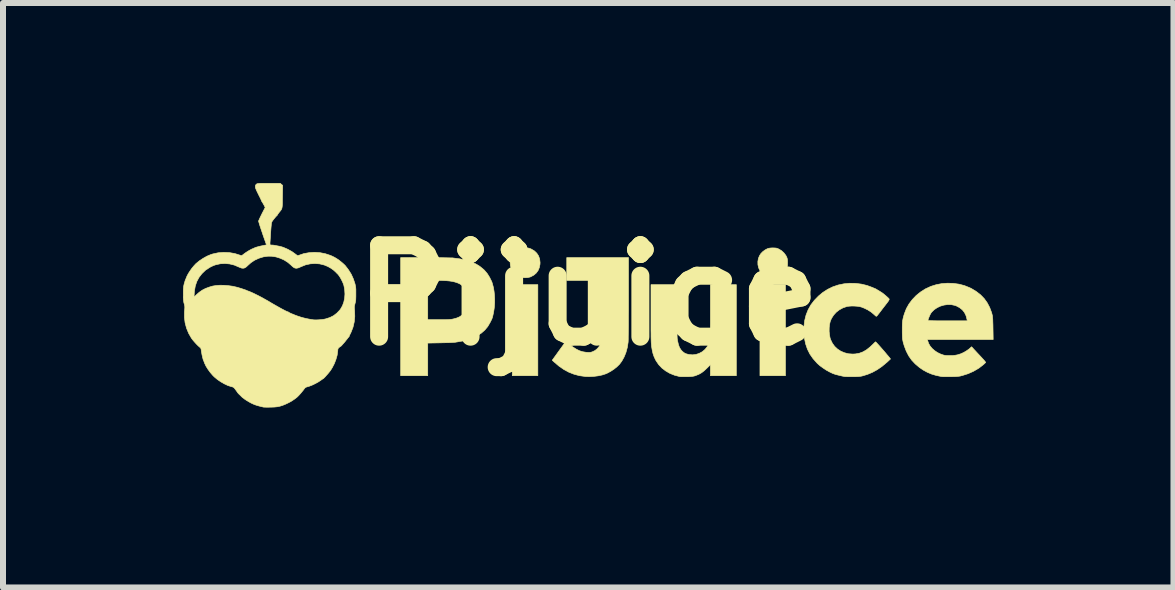
<source format=kicad_pcb>
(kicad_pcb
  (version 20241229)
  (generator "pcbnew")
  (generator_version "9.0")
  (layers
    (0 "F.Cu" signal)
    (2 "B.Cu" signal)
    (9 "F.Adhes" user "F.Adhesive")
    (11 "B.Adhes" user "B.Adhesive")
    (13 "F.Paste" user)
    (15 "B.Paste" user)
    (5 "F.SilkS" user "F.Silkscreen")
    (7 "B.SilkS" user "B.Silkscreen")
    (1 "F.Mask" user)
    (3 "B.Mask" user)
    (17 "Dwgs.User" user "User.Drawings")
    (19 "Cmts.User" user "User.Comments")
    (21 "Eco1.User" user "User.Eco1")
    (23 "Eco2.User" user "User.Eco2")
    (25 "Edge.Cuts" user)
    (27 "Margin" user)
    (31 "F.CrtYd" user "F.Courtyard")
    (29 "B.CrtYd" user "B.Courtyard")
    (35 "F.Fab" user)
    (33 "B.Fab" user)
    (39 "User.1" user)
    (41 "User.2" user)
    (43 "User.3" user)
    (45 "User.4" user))
  (footprint "Pijuice"
    (layer "F.Cu")
    (at 6.752 1.872)
    (property "Reference" "Pijuice" (at 0 0 0) (layer "F.SilkS") (effects (font (size 1.524 1.524) (thickness 0.3))))
    (attr through_hole)
    (fp_poly (pts (xy -0.838 1.34) (xy -1.264 1.34) (xy -1.264 -0.178) (xy -0.838 -0.178) (xy -0.838 1.34)) (stroke (width 0.01) (type solid)) (fill yes) (layer "F.SilkS"))
    (fp_poly (pts (xy 3.289 1.34) (xy 2.864 1.34) (xy 2.864 -0.178) (xy 3.289 -0.178) (xy 3.289 1.34)) (stroke (width 0.01) (type solid)) (fill yes) (layer "F.SilkS"))
    (fp_poly (pts (xy -1.015 -0.79) (xy -0.993 -0.787) (xy -0.975 -0.782) (xy -0.954 -0.774) (xy -0.944 -0.769) (xy -0.894 -0.739) (xy -0.855 -0.701) (xy -0.826 -0.657) (xy -0.808 -0.606) (xy -0.801 -0.549) (xy -0.802 -0.518) (xy -0.813 -0.463) (xy -0.834 -0.413) (xy -0.865 -0.371) (xy -0.906 -0.336) (xy -0.955 -0.31) (xy -0.967 -0.305) (xy -1.007 -0.296) (xy -1.053 -0.293) (xy -1.098 -0.297) (xy -1.132 -0.304) (xy -1.18 -0.326) (xy -1.222 -0.358) (xy -1.255 -0.398) (xy -1.28 -0.444) (xy -1.295 -0.494) (xy -1.3 -0.548) (xy -1.296 -0.585) (xy -1.282 -0.635) (xy -1.257 -0.681) (xy -1.223 -0.722) (xy -1.182 -0.755) (xy -1.14 -0.776) (xy -1.115 -0.784) (xy -1.09 -0.788) (xy -1.06 -0.79) (xy -1.045 -0.79) (xy -1.015 -0.79)) (stroke (width 0.01) (type solid)) (fill yes) (layer "F.SilkS"))
    (fp_poly (pts (xy 3.113 -0.789) (xy 3.135 -0.787) (xy 3.153 -0.782) (xy 3.174 -0.773) (xy 3.182 -0.769) (xy 3.225 -0.743) (xy 3.264 -0.707) (xy 3.295 -0.666) (xy 3.307 -0.643) (xy 3.315 -0.624) (xy 3.32 -0.606) (xy 3.323 -0.585) (xy 3.324 -0.557) (xy 3.324 -0.543) (xy 3.323 -0.502) (xy 3.318 -0.47) (xy 3.308 -0.442) (xy 3.292 -0.413) (xy 3.275 -0.389) (xy 3.24 -0.351) (xy 3.197 -0.322) (xy 3.148 -0.303) (xy 3.095 -0.294) (xy 3.04 -0.295) (xy 3.004 -0.302) (xy 2.963 -0.318) (xy 2.925 -0.342) (xy 2.895 -0.37) (xy 2.863 -0.411) (xy 2.842 -0.458) (xy 2.83 -0.51) (xy 2.829 -0.563) (xy 2.838 -0.615) (xy 2.856 -0.659) (xy 2.879 -0.695) (xy 2.911 -0.728) (xy 2.949 -0.756) (xy 2.986 -0.776) (xy 3.011 -0.784) (xy 3.036 -0.788) (xy 3.065 -0.79) (xy 3.083 -0.79) (xy 3.113 -0.789)) (stroke (width 0.01) (type solid)) (fill yes) (layer "F.SilkS"))
    (fp_poly (pts (xy 0.673 0.046) (xy 0.673 0.15) (xy 0.673 0.248) (xy 0.672 0.341) (xy 0.672 0.427) (xy 0.672 0.505) (xy 0.671 0.575) (xy 0.67 0.637) (xy 0.669 0.688) (xy 0.669 0.73) (xy 0.668 0.76) (xy 0.667 0.779) (xy 0.667 0.781) (xy 0.653 0.87) (xy 0.63 0.954) (xy 0.599 1.03) (xy 0.561 1.098) (xy 0.523 1.149) (xy 0.482 1.189) (xy 0.433 1.229) (xy 0.379 1.265) (xy 0.324 1.295) (xy 0.292 1.309) (xy 0.233 1.328) (xy 0.167 1.342) (xy 0.095 1.351) (xy 0.023 1.355) (xy -0.046 1.353) (xy -0.051 1.352) (xy -0.146 1.339) (xy -0.235 1.315) (xy -0.322 1.281) (xy -0.405 1.236) (xy -0.487 1.179) (xy -0.569 1.109) (xy -0.57 1.108) (xy -0.598 1.082) (xy -0.482 0.921) (xy -0.366 0.761) (xy -0.331 0.795) (xy -0.314 0.811) (xy -0.3 0.825) (xy -0.293 0.832) (xy -0.292 0.832) (xy -0.286 0.837) (xy -0.272 0.848) (xy -0.253 0.861) (xy -0.248 0.865) (xy -0.194 0.899) (xy -0.143 0.924) (xy -0.092 0.94) (xy -0.038 0.949) (xy -0.021 0.95) (xy 0.009 0.952) (xy 0.031 0.951) (xy 0.05 0.948) (xy 0.069 0.942) (xy 0.074 0.94) (xy 0.115 0.92) (xy 0.152 0.89) (xy 0.181 0.856) (xy 0.187 0.846) (xy 0.197 0.825) (xy 0.207 0.797) (xy 0.215 0.768) (xy 0.216 0.762) (xy 0.219 0.751) (xy 0.221 0.74) (xy 0.222 0.727) (xy 0.224 0.712) (xy 0.225 0.694) (xy 0.226 0.671) (xy 0.227 0.643) (xy 0.227 0.609) (xy 0.228 0.567) (xy 0.228 0.518) (xy 0.228 0.459) (xy 0.228 0.391) (xy 0.228 0.312) (xy 0.228 0.23) (xy 0.229 -0.248) (xy -0.356 -0.248) (xy -0.356 -0.629) (xy 0.673 -0.629) (xy 0.673 0.046)) (stroke (width 0.01) (type solid)) (fill yes) (layer "F.SilkS"))
    (fp_poly (pts (xy 1.48 0.259) (xy 1.48 0.345) (xy 1.48 0.42) (xy 1.48 0.484) (xy 1.48 0.538) (xy 1.48 0.584) (xy 1.481 0.622) (xy 1.482 0.653) (xy 1.483 0.679) (xy 1.484 0.701) (xy 1.485 0.719) (xy 1.487 0.734) (xy 1.489 0.748) (xy 1.491 0.762) (xy 1.492 0.763) (xy 1.505 0.82) (xy 1.522 0.867) (xy 1.545 0.905) (xy 1.567 0.93) (xy 1.591 0.951) (xy 1.614 0.966) (xy 1.642 0.977) (xy 1.678 0.986) (xy 1.686 0.988) (xy 1.743 0.992) (xy 1.799 0.985) (xy 1.853 0.967) (xy 1.903 0.94) (xy 1.947 0.903) (xy 1.983 0.858) (xy 2.003 0.824) (xy 2.014 0.796) (xy 2.025 0.768) (xy 2.031 0.745) (xy 2.031 0.744) (xy 2.033 0.73) (xy 2.034 0.703) (xy 2.036 0.664) (xy 2.037 0.612) (xy 2.037 0.548) (xy 2.038 0.472) (xy 2.038 0.383) (xy 2.038 0.281) (xy 2.038 0.266) (xy 2.038 -0.178) (xy 2.47 -0.178) (xy 2.47 1.34) (xy 2.038 1.34) (xy 2.038 1.157) (xy 1.976 1.218) (xy 1.932 1.259) (xy 1.89 1.291) (xy 1.846 1.316) (xy 1.796 1.336) (xy 1.784 1.341) (xy 1.764 1.346) (xy 1.744 1.35) (xy 1.72 1.353) (xy 1.689 1.355) (xy 1.648 1.356) (xy 1.645 1.356) (xy 1.609 1.356) (xy 1.577 1.356) (xy 1.552 1.356) (xy 1.535 1.355) (xy 1.53 1.355) (xy 1.444 1.333) (xy 1.365 1.302) (xy 1.294 1.261) (xy 1.231 1.213) (xy 1.177 1.156) (xy 1.133 1.092) (xy 1.118 1.064) (xy 1.097 1.017) (xy 1.081 0.97) (xy 1.069 0.919) (xy 1.059 0.86) (xy 1.057 0.848) (xy 1.056 0.831) (xy 1.054 0.811) (xy 1.052 0.788) (xy 1.051 0.76) (xy 1.05 0.727) (xy 1.049 0.688) (xy 1.049 0.641) (xy 1.048 0.585) (xy 1.048 0.521) (xy 1.048 0.446) (xy 1.048 0.36) (xy 1.048 0.297) (xy 1.048 -0.178) (xy 1.48 -0.178) (xy 1.48 0.259)) (stroke (width 0.01) (type solid)) (fill yes) (layer "F.SilkS"))
    (fp_poly (pts (xy -2.713 -0.628) (xy -2.64 -0.628) (xy -2.57 -0.628) (xy -2.503 -0.627) (xy -2.441 -0.627) (xy -2.386 -0.626) (xy -2.338 -0.625) (xy -2.298 -0.624) (xy -2.269 -0.624) (xy -2.25 -0.623) (xy -2.248 -0.622) (xy -2.14 -0.608) (xy -2.042 -0.587) (xy -1.954 -0.56) (xy -1.877 -0.526) (xy -1.808 -0.485) (xy -1.749 -0.437) (xy -1.73 -0.42) (xy -1.68 -0.361) (xy -1.639 -0.295) (xy -1.63 -0.275) (xy -1.619 -0.254) (xy -1.611 -0.237) (xy -1.606 -0.228) (xy -1.602 -0.216) (xy -1.596 -0.196) (xy -1.589 -0.171) (xy -1.582 -0.145) (xy -1.577 -0.124) (xy -1.568 -0.069) (xy -1.561 -0.007) (xy -1.558 0.06) (xy -1.558 0.126) (xy -1.562 0.187) (xy -1.566 0.222) (xy -1.572 0.26) (xy -1.579 0.299) (xy -1.587 0.336) (xy -1.595 0.368) (xy -1.603 0.391) (xy -1.606 0.399) (xy -1.612 0.41) (xy -1.621 0.428) (xy -1.632 0.45) (xy -1.633 0.452) (xy -1.672 0.519) (xy -1.721 0.578) (xy -1.78 0.63) (xy -1.85 0.675) (xy -1.93 0.713) (xy -1.979 0.731) (xy -2.016 0.742) (xy -2.056 0.753) (xy -2.093 0.762) (xy -2.113 0.765) (xy -2.145 0.77) (xy -2.176 0.776) (xy -2.202 0.78) (xy -2.21 0.782) (xy -2.225 0.783) (xy -2.25 0.785) (xy -2.285 0.787) (xy -2.327 0.789) (xy -2.375 0.79) (xy -2.426 0.791) (xy -2.459 0.792) (xy -2.673 0.796) (xy -2.673 1.34) (xy -3.124 1.34) (xy -3.124 -0.248) (xy -2.673 -0.248) (xy -2.673 0.406) (xy -2.49 0.406) (xy -2.435 0.406) (xy -2.39 0.406) (xy -2.354 0.405) (xy -2.326 0.404) (xy -2.302 0.402) (xy -2.281 0.4) (xy -2.262 0.397) (xy -2.247 0.394) (xy -2.192 0.379) (xy -2.146 0.36) (xy -2.11 0.336) (xy -2.08 0.306) (xy -2.056 0.267) (xy -2.051 0.256) (xy -2.032 0.208) (xy -2.02 0.153) (xy -2.014 0.095) (xy -2.014 0.037) (xy -2.021 -0.019) (xy -2.033 -0.068) (xy -2.045 -0.095) (xy -2.064 -0.125) (xy -2.091 -0.154) (xy -2.12 -0.179) (xy -2.147 -0.195) (xy -2.183 -0.21) (xy -2.221 -0.222) (xy -2.264 -0.232) (xy -2.311 -0.239) (xy -2.366 -0.244) (xy -2.43 -0.247) (xy -2.505 -0.248) (xy -2.522 -0.248) (xy -2.673 -0.248) (xy -3.124 -0.248) (xy -3.124 -0.629) (xy -2.713 -0.628)) (stroke (width 0.01) (type solid)) (fill yes) (layer "F.SilkS"))
    (fp_poly (pts (xy 4.457 -0.199) (xy 4.554 -0.187) (xy 4.649 -0.164) (xy 4.738 -0.131) (xy 4.742 -0.129) (xy 4.761 -0.121) (xy 4.774 -0.116) (xy 4.778 -0.114) (xy 4.786 -0.111) (xy 4.801 -0.103) (xy 4.822 -0.09) (xy 4.846 -0.076) (xy 4.87 -0.061) (xy 4.892 -0.047) (xy 4.909 -0.036) (xy 4.93 -0.019) (xy 4.954 0.001) (xy 4.977 0.021) (xy 4.998 0.04) (xy 5.012 0.054) (xy 5.018 0.062) (xy 5.017 0.072) (xy 5.008 0.09) (xy 4.994 0.11) (xy 4.952 0.165) (xy 4.917 0.21) (xy 4.888 0.248) (xy 4.866 0.277) (xy 4.848 0.301) (xy 4.834 0.318) (xy 4.824 0.331) (xy 4.817 0.34) (xy 4.813 0.344) (xy 4.807 0.349) (xy 4.801 0.349) (xy 4.791 0.343) (xy 4.776 0.329) (xy 4.772 0.325) (xy 4.719 0.28) (xy 4.663 0.244) (xy 4.602 0.214) (xy 4.556 0.196) (xy 4.524 0.188) (xy 4.484 0.182) (xy 4.439 0.179) (xy 4.394 0.178) (xy 4.352 0.181) (xy 4.317 0.185) (xy 4.311 0.187) (xy 4.247 0.209) (xy 4.188 0.241) (xy 4.135 0.282) (xy 4.091 0.331) (xy 4.056 0.386) (xy 4.036 0.433) (xy 4.024 0.483) (xy 4.018 0.54) (xy 4.017 0.6) (xy 4.023 0.659) (xy 4.033 0.713) (xy 4.042 0.739) (xy 4.071 0.799) (xy 4.109 0.851) (xy 4.157 0.896) (xy 4.211 0.931) (xy 4.272 0.957) (xy 4.338 0.974) (xy 4.408 0.979) (xy 4.454 0.977) (xy 4.518 0.966) (xy 4.58 0.943) (xy 4.639 0.909) (xy 4.698 0.862) (xy 4.729 0.833) (xy 4.751 0.812) (xy 4.77 0.793) (xy 4.783 0.781) (xy 4.79 0.775) (xy 4.791 0.775) (xy 4.796 0.779) (xy 4.809 0.792) (xy 4.827 0.812) (xy 4.849 0.836) (xy 4.875 0.865) (xy 4.902 0.896) (xy 4.93 0.928) (xy 4.957 0.96) (xy 4.982 0.99) (xy 5.004 1.016) (xy 5.022 1.037) (xy 5.034 1.053) (xy 5.039 1.06) (xy 5.039 1.061) (xy 5.033 1.067) (xy 5.019 1.08) (xy 5 1.098) (xy 4.977 1.119) (xy 4.974 1.121) (xy 4.896 1.186) (xy 4.819 1.239) (xy 4.741 1.282) (xy 4.661 1.316) (xy 4.584 1.34) (xy 4.561 1.346) (xy 4.537 1.35) (xy 4.511 1.353) (xy 4.478 1.355) (xy 4.437 1.356) (xy 4.416 1.356) (xy 4.377 1.356) (xy 4.339 1.356) (xy 4.306 1.355) (xy 4.28 1.354) (xy 4.267 1.352) (xy 4.241 1.347) (xy 4.206 1.339) (xy 4.165 1.329) (xy 4.124 1.319) (xy 4.076 1.302) (xy 4.024 1.277) (xy 3.968 1.246) (xy 3.914 1.21) (xy 3.862 1.172) (xy 3.817 1.132) (xy 3.813 1.127) (xy 3.749 1.055) (xy 3.696 0.979) (xy 3.655 0.897) (xy 3.625 0.809) (xy 3.605 0.714) (xy 3.597 0.625) (xy 3.597 0.521) (xy 3.609 0.422) (xy 3.632 0.329) (xy 3.667 0.241) (xy 3.713 0.159) (xy 3.771 0.083) (xy 3.84 0.012) (xy 3.908 -0.045) (xy 3.991 -0.099) (xy 4.077 -0.141) (xy 4.168 -0.172) (xy 4.264 -0.192) (xy 4.359 -0.201) (xy 4.457 -0.199)) (stroke (width 0.01) (type solid)) (fill yes) (layer "F.SilkS"))
    (fp_poly (pts (xy 6.086 -0.199) (xy 6.181 -0.186) (xy 6.272 -0.162) (xy 6.359 -0.127) (xy 6.388 -0.113) (xy 6.47 -0.063) (xy 6.541 -0.008) (xy 6.602 0.055) (xy 6.652 0.125) (xy 6.693 0.203) (xy 6.725 0.289) (xy 6.735 0.327) (xy 6.739 0.344) (xy 6.741 0.368) (xy 6.744 0.4) (xy 6.745 0.441) (xy 6.747 0.492) (xy 6.748 0.551) (xy 6.751 0.737) (xy 5.656 0.737) (xy 5.661 0.76) (xy 5.675 0.802) (xy 5.699 0.844) (xy 5.733 0.885) (xy 5.774 0.921) (xy 5.821 0.953) (xy 5.873 0.978) (xy 5.879 0.98) (xy 5.906 0.99) (xy 5.929 0.997) (xy 5.95 1.001) (xy 5.973 1.003) (xy 6.002 1.004) (xy 6.036 1.004) (xy 6.081 1.003) (xy 6.118 0.999) (xy 6.151 0.993) (xy 6.163 0.99) (xy 6.21 0.975) (xy 6.259 0.953) (xy 6.305 0.926) (xy 6.345 0.898) (xy 6.356 0.889) (xy 6.391 0.857) (xy 6.416 0.884) (xy 6.429 0.899) (xy 6.449 0.92) (xy 6.473 0.946) (xy 6.498 0.973) (xy 6.506 0.981) (xy 6.544 1.022) (xy 6.574 1.055) (xy 6.596 1.079) (xy 6.612 1.098) (xy 6.621 1.11) (xy 6.626 1.116) (xy 6.626 1.118) (xy 6.621 1.124) (xy 6.609 1.136) (xy 6.59 1.153) (xy 6.568 1.171) (xy 6.544 1.189) (xy 6.522 1.207) (xy 6.502 1.22) (xy 6.421 1.267) (xy 6.333 1.306) (xy 6.236 1.337) (xy 6.223 1.34) (xy 6.201 1.346) (xy 6.179 1.349) (xy 6.154 1.352) (xy 6.125 1.354) (xy 6.087 1.355) (xy 6.042 1.356) (xy 6.001 1.356) (xy 5.963 1.356) (xy 5.929 1.356) (xy 5.903 1.355) (xy 5.887 1.353) (xy 5.886 1.353) (xy 5.8 1.335) (xy 5.723 1.312) (xy 5.652 1.282) (xy 5.584 1.245) (xy 5.519 1.2) (xy 5.451 1.142) (xy 5.392 1.079) (xy 5.343 1.009) (xy 5.302 0.93) (xy 5.269 0.843) (xy 5.25 0.778) (xy 5.246 0.757) (xy 5.242 0.738) (xy 5.239 0.717) (xy 5.238 0.692) (xy 5.237 0.662) (xy 5.236 0.624) (xy 5.236 0.581) (xy 5.236 0.529) (xy 5.237 0.487) (xy 5.239 0.451) (xy 5.242 0.421) (xy 5.243 0.419) (xy 5.664 0.419) (xy 5.671 0.421) (xy 5.69 0.422) (xy 5.721 0.423) (xy 5.766 0.424) (xy 5.823 0.425) (xy 5.892 0.425) (xy 5.975 0.425) (xy 5.992 0.425) (xy 6.319 0.425) (xy 6.315 0.402) (xy 6.299 0.341) (xy 6.273 0.287) (xy 6.237 0.242) (xy 6.192 0.206) (xy 6.138 0.177) (xy 6.109 0.167) (xy 6.051 0.155) (xy 5.991 0.154) (xy 5.93 0.163) (xy 5.872 0.18) (xy 5.817 0.206) (xy 5.768 0.239) (xy 5.727 0.279) (xy 5.714 0.297) (xy 5.704 0.314) (xy 5.693 0.337) (xy 5.682 0.363) (xy 5.672 0.388) (xy 5.666 0.408) (xy 5.664 0.419) (xy 5.243 0.419) (xy 5.248 0.391) (xy 5.255 0.361) (xy 5.265 0.327) (xy 5.272 0.305) (xy 5.304 0.222) (xy 5.348 0.144) (xy 5.403 0.071) (xy 5.467 0.004) (xy 5.54 -0.055) (xy 5.621 -0.107) (xy 5.628 -0.11) (xy 5.712 -0.149) (xy 5.801 -0.177) (xy 5.894 -0.195) (xy 5.99 -0.202) (xy 6.086 -0.199)) (stroke (width 0.01) (type solid)) (fill yes) (layer "F.SilkS"))
    (fp_poly (pts (xy -5.112 -1.85) (xy -5.091 -1.833) (xy -5.094 -1.645) (xy -5.095 -1.59) (xy -5.095 -1.546) (xy -5.096 -1.512) (xy -5.098 -1.485) (xy -5.101 -1.464) (xy -5.105 -1.447) (xy -5.111 -1.433) (xy -5.119 -1.42) (xy -5.13 -1.406) (xy -5.143 -1.389) (xy -5.148 -1.384) (xy -5.163 -1.364) (xy -5.175 -1.347) (xy -5.181 -1.336) (xy -5.182 -1.334) (xy -5.186 -1.328) (xy -5.187 -1.327) (xy -5.194 -1.322) (xy -5.206 -1.31) (xy -5.221 -1.291) (xy -5.234 -1.276) (xy -5.253 -1.251) (xy -5.266 -1.233) (xy -5.273 -1.218) (xy -5.277 -1.202) (xy -5.28 -1.187) (xy -5.281 -1.168) (xy -5.284 -1.139) (xy -5.287 -1.103) (xy -5.29 -1.063) (xy -5.293 -1.021) (xy -5.295 -0.979) (xy -5.298 -0.94) (xy -5.3 -0.906) (xy -5.302 -0.879) (xy -5.302 -0.863) (xy -5.302 -0.862) (xy -5.302 -0.847) (xy -5.297 -0.84) (xy -5.286 -0.838) (xy -5.275 -0.838) (xy -5.251 -0.837) (xy -5.219 -0.832) (xy -5.183 -0.825) (xy -5.145 -0.818) (xy -5.111 -0.809) (xy -5.084 -0.801) (xy -5.081 -0.8) (xy -5.005 -0.767) (xy -4.935 -0.728) (xy -4.878 -0.687) (xy -4.86 -0.673) (xy -4.847 -0.665) (xy -4.838 -0.662) (xy -4.828 -0.665) (xy -4.823 -0.666) (xy -4.739 -0.695) (xy -4.65 -0.711) (xy -4.56 -0.717) (xy -4.47 -0.711) (xy -4.382 -0.694) (xy -4.297 -0.666) (xy -4.271 -0.655) (xy -4.228 -0.634) (xy -4.191 -0.612) (xy -4.155 -0.588) (xy -4.116 -0.557) (xy -4.105 -0.548) (xy -4.084 -0.53) (xy -4.067 -0.514) (xy -4.051 -0.499) (xy -4.036 -0.48) (xy -4.018 -0.457) (xy -3.995 -0.426) (xy -3.99 -0.419) (xy -3.947 -0.35) (xy -3.912 -0.272) (xy -3.885 -0.19) (xy -3.88 -0.168) (xy -3.876 -0.147) (xy -3.873 -0.125) (xy -3.871 -0.098) (xy -3.871 -0.063) (xy -3.871 -0.025) (xy -3.871 0.018) (xy -3.872 0.051) (xy -3.873 0.078) (xy -3.876 0.1) (xy -3.88 0.12) (xy -3.885 0.138) (xy -3.891 0.162) (xy -3.895 0.182) (xy -3.896 0.202) (xy -3.895 0.225) (xy -3.892 0.257) (xy -3.892 0.258) (xy -3.889 0.352) (xy -3.898 0.443) (xy -3.918 0.53) (xy -3.95 0.613) (xy -3.963 0.64) (xy -3.974 0.661) (xy -3.981 0.677) (xy -3.983 0.685) (xy -3.983 0.686) (xy -3.983 0.689) (xy -3.986 0.691) (xy -3.993 0.698) (xy -4.005 0.712) (xy -4.019 0.731) (xy -4.021 0.733) (xy -4.037 0.753) (xy -4.055 0.776) (xy -4.074 0.798) (xy -4.093 0.819) (xy -4.108 0.837) (xy -4.12 0.848) (xy -4.126 0.852) (xy -4.126 0.852) (xy -4.131 0.855) (xy -4.143 0.863) (xy -4.149 0.868) (xy -4.16 0.878) (xy -4.167 0.888) (xy -4.171 0.902) (xy -4.173 0.924) (xy -4.174 0.933) (xy -4.183 0.999) (xy -4.203 1.069) (xy -4.23 1.139) (xy -4.264 1.205) (xy -4.292 1.25) (xy -4.304 1.266) (xy -4.319 1.285) (xy -4.338 1.308) (xy -4.358 1.33) (xy -4.376 1.351) (xy -4.393 1.369) (xy -4.406 1.382) (xy -4.412 1.388) (xy -4.413 1.388) (xy -4.418 1.39) (xy -4.43 1.398) (xy -4.448 1.411) (xy -4.456 1.417) (xy -4.497 1.444) (xy -4.546 1.471) (xy -4.598 1.496) (xy -4.647 1.515) (xy -4.667 1.521) (xy -4.692 1.528) (xy -4.709 1.536) (xy -4.72 1.545) (xy -4.729 1.556) (xy -4.745 1.578) (xy -4.766 1.604) (xy -4.789 1.632) (xy -4.813 1.659) (xy -4.836 1.683) (xy -4.854 1.7) (xy -4.86 1.705) (xy -4.895 1.731) (xy -4.923 1.75) (xy -4.949 1.767) (xy -4.975 1.781) (xy -4.998 1.793) (xy -5.049 1.817) (xy -5.094 1.835) (xy -5.136 1.848) (xy -5.179 1.857) (xy -5.226 1.862) (xy -5.281 1.864) (xy -5.293 1.864) (xy -5.329 1.865) (xy -5.361 1.865) (xy -5.387 1.864) (xy -5.405 1.864) (xy -5.41 1.863) (xy -5.441 1.856) (xy -5.477 1.847) (xy -5.516 1.836) (xy -5.55 1.825) (xy -5.568 1.818) (xy -5.595 1.806) (xy -5.628 1.79) (xy -5.662 1.77) (xy -5.694 1.751) (xy -5.721 1.733) (xy -5.733 1.724) (xy -5.745 1.714) (xy -5.754 1.708) (xy -5.755 1.708) (xy -5.76 1.704) (xy -5.772 1.693) (xy -5.787 1.678) (xy -5.804 1.661) (xy -5.821 1.645) (xy -5.834 1.631) (xy -5.841 1.623) (xy -5.842 1.622) (xy -5.845 1.616) (xy -5.855 1.602) (xy -5.868 1.584) (xy -5.874 1.576) (xy -5.89 1.554) (xy -5.902 1.541) (xy -5.914 1.532) (xy -5.929 1.526) (xy -5.949 1.521) (xy -6.005 1.503) (xy -6.064 1.475) (xy -6.123 1.441) (xy -6.18 1.402) (xy -6.231 1.359) (xy -6.257 1.333) (xy -6.299 1.284) (xy -6.336 1.233) (xy -6.368 1.182) (xy -6.391 1.134) (xy -6.401 1.108) (xy -6.407 1.091) (xy -6.412 1.078) (xy -6.414 1.076) (xy -6.417 1.067) (xy -6.422 1.048) (xy -6.428 1.022) (xy -6.435 0.993) (xy -6.44 0.964) (xy -6.445 0.937) (xy -6.448 0.916) (xy -6.451 0.894) (xy -6.458 0.879) (xy -6.47 0.867) (xy -6.472 0.866) (xy -6.499 0.842) (xy -6.529 0.812) (xy -6.56 0.778) (xy -6.588 0.745) (xy -6.61 0.716) (xy -6.612 0.713) (xy -6.658 0.633) (xy -6.693 0.548) (xy -6.717 0.459) (xy -6.728 0.368) (xy -6.728 0.275) (xy -6.726 0.254) (xy -6.723 0.223) (xy -6.722 0.2) (xy -6.723 0.182) (xy -6.726 0.164) (xy -6.731 0.143) (xy -6.733 0.139) (xy -6.738 0.12) (xy -6.741 0.101) (xy -6.744 0.08) (xy -6.746 0.054) (xy -6.746 0.029) (xy -6.568 0.029) (xy -6.53 -0.008) (xy -6.481 -0.051) (xy -6.431 -0.086) (xy -6.377 -0.114) (xy -6.315 -0.137) (xy -6.258 -0.154) (xy -6.202 -0.163) (xy -6.137 -0.168) (xy -6.067 -0.167) (xy -5.995 -0.161) (xy -5.923 -0.151) (xy -5.854 -0.135) (xy -5.832 -0.129) (xy -5.783 -0.114) (xy -5.744 -0.101) (xy -5.715 -0.091) (xy -5.698 -0.085) (xy -5.693 -0.082) (xy -5.682 -0.077) (xy -5.671 -0.073) (xy -5.646 -0.064) (xy -5.613 -0.05) (xy -5.573 -0.032) (xy -5.529 -0.01) (xy -5.481 0.014) (xy -5.432 0.04) (xy -5.384 0.067) (xy -5.339 0.092) (xy -5.309 0.11) (xy -5.269 0.134) (xy -5.227 0.158) (xy -5.185 0.182) (xy -5.144 0.205) (xy -5.106 0.226) (xy -5.072 0.244) (xy -5.043 0.259) (xy -5.021 0.269) (xy -5.008 0.275) (xy -5.004 0.275) (xy -5.001 0.274) (xy -4.999 0.277) (xy -4.99 0.283) (xy -4.974 0.292) (xy -4.953 0.302) (xy -4.932 0.311) (xy -4.921 0.314) (xy -4.907 0.32) (xy -4.899 0.324) (xy -4.89 0.328) (xy -4.871 0.335) (xy -4.847 0.344) (xy -4.819 0.353) (xy -4.79 0.363) (xy -4.766 0.37) (xy -4.735 0.378) (xy -4.697 0.387) (xy -4.658 0.395) (xy -4.619 0.402) (xy -4.587 0.407) (xy -4.572 0.409) (xy -4.533 0.41) (xy -4.488 0.408) (xy -4.441 0.404) (xy -4.399 0.398) (xy -4.375 0.393) (xy -4.304 0.37) (xy -4.242 0.339) (xy -4.188 0.297) (xy -4.139 0.246) (xy -4.123 0.224) (xy -4.094 0.173) (xy -4.072 0.113) (xy -4.058 0.047) (xy -4.053 -0.022) (xy -4.057 -0.086) (xy -4.061 -0.116) (xy -4.067 -0.146) (xy -4.072 -0.17) (xy -4.074 -0.176) (xy -4.087 -0.21) (xy -4.104 -0.246) (xy -4.123 -0.282) (xy -4.143 -0.315) (xy -4.162 -0.341) (xy -4.176 -0.357) (xy -4.189 -0.369) (xy -4.203 -0.384) (xy -4.203 -0.384) (xy -4.24 -0.418) (xy -4.286 -0.451) (xy -4.337 -0.48) (xy -4.39 -0.502) (xy -4.397 -0.505) (xy -4.474 -0.524) (xy -4.552 -0.53) (xy -4.63 -0.525) (xy -4.708 -0.508) (xy -4.783 -0.478) (xy -4.796 -0.472) (xy -4.831 -0.457) (xy -4.86 -0.451) (xy -4.886 -0.454) (xy -4.912 -0.468) (xy -4.94 -0.492) (xy -4.95 -0.502) (xy -5.003 -0.548) (xy -5.064 -0.587) (xy -5.132 -0.618) (xy -5.202 -0.64) (xy -5.273 -0.651) (xy -5.335 -0.652) (xy -5.412 -0.641) (xy -5.487 -0.618) (xy -5.557 -0.586) (xy -5.62 -0.544) (xy -5.667 -0.502) (xy -5.697 -0.474) (xy -5.723 -0.457) (xy -5.749 -0.451) (xy -5.777 -0.454) (xy -5.81 -0.467) (xy -5.822 -0.472) (xy -5.897 -0.504) (xy -5.974 -0.523) (xy -6.052 -0.53) (xy -6.13 -0.526) (xy -6.206 -0.509) (xy -6.222 -0.504) (xy -6.25 -0.493) (xy -6.279 -0.48) (xy -6.305 -0.466) (xy -6.325 -0.454) (xy -6.337 -0.444) (xy -6.338 -0.443) (xy -6.346 -0.438) (xy -6.348 -0.438) (xy -6.355 -0.434) (xy -6.369 -0.425) (xy -6.378 -0.418) (xy -6.437 -0.361) (xy -6.485 -0.299) (xy -6.522 -0.23) (xy -6.547 -0.156) (xy -6.561 -0.076) (xy -6.564 -0.044) (xy -6.568 0.029) (xy -6.746 0.029) (xy -6.746 0.02) (xy -6.747 -0.022) (xy -6.747 -0.065) (xy -6.746 -0.098) (xy -6.744 -0.124) (xy -6.742 -0.146) (xy -6.738 -0.167) (xy -6.733 -0.188) (xy -6.732 -0.194) (xy -6.724 -0.219) (xy -6.718 -0.241) (xy -6.713 -0.254) (xy -6.712 -0.257) (xy -6.707 -0.267) (xy -6.701 -0.283) (xy -6.699 -0.288) (xy -6.685 -0.322) (xy -6.663 -0.363) (xy -6.636 -0.405) (xy -6.606 -0.448) (xy -6.573 -0.488) (xy -6.542 -0.522) (xy -6.535 -0.529) (xy -6.479 -0.575) (xy -6.417 -0.616) (xy -6.353 -0.652) (xy -6.289 -0.679) (xy -6.258 -0.689) (xy -6.166 -0.709) (xy -6.073 -0.716) (xy -5.979 -0.712) (xy -5.888 -0.696) (xy -5.799 -0.668) (xy -5.794 -0.666) (xy -5.784 -0.663) (xy -5.775 -0.663) (xy -5.765 -0.668) (xy -5.751 -0.678) (xy -5.731 -0.694) (xy -5.695 -0.719) (xy -5.652 -0.746) (xy -5.605 -0.771) (xy -5.557 -0.792) (xy -5.537 -0.8) (xy -5.516 -0.806) (xy -5.487 -0.814) (xy -5.454 -0.822) (xy -5.433 -0.826) (xy -5.405 -0.832) (xy -5.381 -0.837) (xy -5.366 -0.84) (xy -5.36 -0.842) (xy -5.361 -0.848) (xy -5.363 -0.852) (xy -5.368 -0.862) (xy -5.375 -0.881) (xy -5.385 -0.91) (xy -5.397 -0.944) (xy -5.411 -0.983) (xy -5.425 -1.025) (xy -5.439 -1.067) (xy -5.453 -1.108) (xy -5.466 -1.147) (xy -5.477 -1.181) (xy -5.485 -1.209) (xy -5.491 -1.228) (xy -5.493 -1.237) (xy -5.49 -1.245) (xy -5.482 -1.263) (xy -5.471 -1.288) (xy -5.456 -1.319) (xy -5.439 -1.353) (xy -5.438 -1.356) (xy -5.382 -1.465) (xy -5.407 -1.512) (xy -5.419 -1.534) (xy -5.43 -1.552) (xy -5.437 -1.562) (xy -5.438 -1.564) (xy -5.442 -1.568) (xy -5.441 -1.568) (xy -5.443 -1.574) (xy -5.449 -1.589) (xy -5.46 -1.612) (xy -5.474 -1.641) (xy -5.491 -1.674) (xy -5.494 -1.681) (xy -5.514 -1.721) (xy -5.528 -1.751) (xy -5.538 -1.774) (xy -5.544 -1.792) (xy -5.547 -1.806) (xy -5.546 -1.818) (xy -5.544 -1.831) (xy -5.543 -1.835) (xy -5.536 -1.845) (xy -5.524 -1.856) (xy -5.519 -1.859) (xy -5.511 -1.861) (xy -5.5 -1.863) (xy -5.484 -1.865) (xy -5.461 -1.866) (xy -5.431 -1.866) (xy -5.391 -1.867) (xy -5.341 -1.867) (xy -5.32 -1.867) (xy -5.132 -1.867) (xy -5.112 -1.85)) (stroke (width 0.01) (type solid)) (fill yes) (layer "F.SilkS")))
  (gr_rect
    (start -3 -3)
    (end 16.508 6.741)
    (stroke (width 0.1) (type default))
    (fill no)
    (layer "Edge.Cuts")))
</source>
